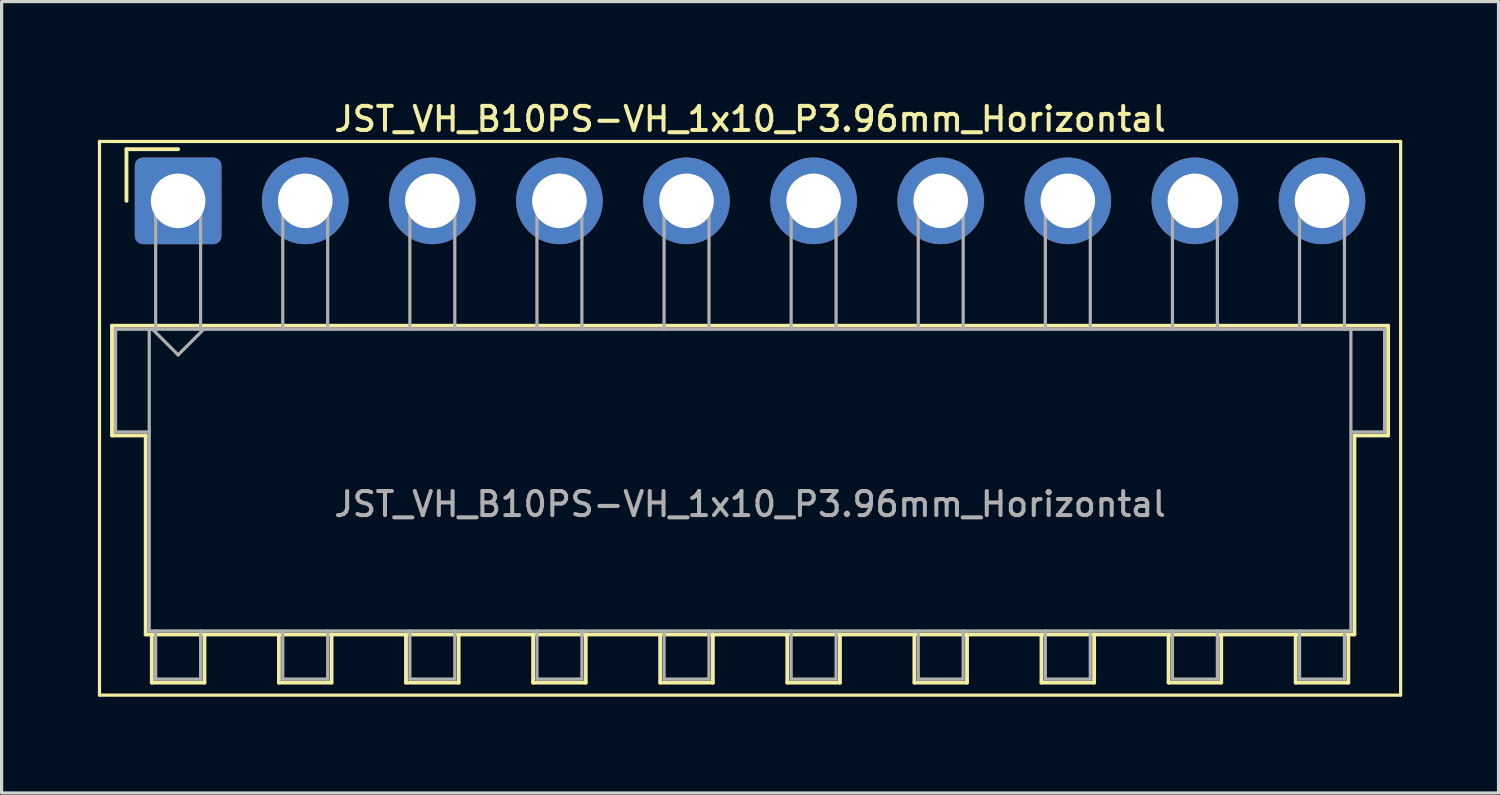
<source format=kicad_pcb>
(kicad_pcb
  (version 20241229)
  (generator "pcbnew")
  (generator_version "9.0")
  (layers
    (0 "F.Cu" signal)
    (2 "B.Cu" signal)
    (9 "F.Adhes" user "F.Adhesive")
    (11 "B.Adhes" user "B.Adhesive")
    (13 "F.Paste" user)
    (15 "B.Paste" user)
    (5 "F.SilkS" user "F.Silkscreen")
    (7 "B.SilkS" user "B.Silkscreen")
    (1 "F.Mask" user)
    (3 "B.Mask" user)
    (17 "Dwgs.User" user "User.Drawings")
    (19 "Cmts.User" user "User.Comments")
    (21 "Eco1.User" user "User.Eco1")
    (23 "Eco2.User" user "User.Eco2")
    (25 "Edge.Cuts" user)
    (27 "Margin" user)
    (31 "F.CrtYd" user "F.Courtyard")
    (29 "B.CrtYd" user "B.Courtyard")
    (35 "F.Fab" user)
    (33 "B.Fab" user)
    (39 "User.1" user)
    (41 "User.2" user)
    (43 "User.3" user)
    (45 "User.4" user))
  (footprint "JST_VH_B10PS-VH_1x10_P3.96mm_Horizontal"
    (layer "F.Cu")
    (at 2.5 3.208)
    (property "Reference" "JST_VH_B10PS-VH_1x10_P3.96mm_Horizontal" (at 17.82 -2.55 0) (layer "F.SilkS") (effects (font (size 0.75 0.75) (thickness 0.125))))
    (attr through_hole)
    (fp_line (start -2.45 -1.85) (end -2.45 15.4) (stroke (width 0.1) (type solid)) (layer "F.SilkS"))
    (fp_line (start -2.45 15.4) (end 38.09 15.4) (stroke (width 0.1) (type solid)) (layer "F.SilkS"))
    (fp_line (start -2.06 3.89) (end 37.7 3.89) (stroke (width 0.12) (type solid)) (layer "F.SilkS"))
    (fp_line (start -2.06 7.31) (end -2.06 3.89) (stroke (width 0.12) (type solid)) (layer "F.SilkS"))
    (fp_line (start -1.61 -1.61) (end -1.61 0) (stroke (width 0.12) (type solid)) (layer "F.SilkS"))
    (fp_line (start -1.01 7.31) (end -2.06 7.31) (stroke (width 0.12) (type solid)) (layer "F.SilkS"))
    (fp_line (start -1.01 13.51) (end -1.01 7.31) (stroke (width 0.12) (type solid)) (layer "F.SilkS"))
    (fp_line (start -0.82 13.51) (end -0.82 15.01) (stroke (width 0.12) (type solid)) (layer "F.SilkS"))
    (fp_line (start -0.82 15.01) (end 0.82 15.01) (stroke (width 0.12) (type solid)) (layer "F.SilkS"))
    (fp_line (start 0 -1.61) (end -1.61 -1.61) (stroke (width 0.12) (type solid)) (layer "F.SilkS"))
    (fp_line (start 0.82 15.01) (end 0.82 13.51) (stroke (width 0.12) (type solid)) (layer "F.SilkS"))
    (fp_line (start 3.14 13.51) (end 3.14 15.01) (stroke (width 0.12) (type solid)) (layer "F.SilkS"))
    (fp_line (start 3.14 15.01) (end 4.78 15.01) (stroke (width 0.12) (type solid)) (layer "F.SilkS"))
    (fp_line (start 4.78 15.01) (end 4.78 13.51) (stroke (width 0.12) (type solid)) (layer "F.SilkS"))
    (fp_line (start 7.1 13.51) (end 7.1 15.01) (stroke (width 0.12) (type solid)) (layer "F.SilkS"))
    (fp_line (start 7.1 15.01) (end 8.74 15.01) (stroke (width 0.12) (type solid)) (layer "F.SilkS"))
    (fp_line (start 8.74 15.01) (end 8.74 13.51) (stroke (width 0.12) (type solid)) (layer "F.SilkS"))
    (fp_line (start 11.06 13.51) (end 11.06 15.01) (stroke (width 0.12) (type solid)) (layer "F.SilkS"))
    (fp_line (start 11.06 15.01) (end 12.7 15.01) (stroke (width 0.12) (type solid)) (layer "F.SilkS"))
    (fp_line (start 12.7 15.01) (end 12.7 13.51) (stroke (width 0.12) (type solid)) (layer "F.SilkS"))
    (fp_line (start 15.02 13.51) (end 15.02 15.01) (stroke (width 0.12) (type solid)) (layer "F.SilkS"))
    (fp_line (start 15.02 15.01) (end 16.66 15.01) (stroke (width 0.12) (type solid)) (layer "F.SilkS"))
    (fp_line (start 16.66 15.01) (end 16.66 13.51) (stroke (width 0.12) (type solid)) (layer "F.SilkS"))
    (fp_line (start 18.98 13.51) (end 18.98 15.01) (stroke (width 0.12) (type solid)) (layer "F.SilkS"))
    (fp_line (start 18.98 15.01) (end 20.62 15.01) (stroke (width 0.12) (type solid)) (layer "F.SilkS"))
    (fp_line (start 20.62 15.01) (end 20.62 13.51) (stroke (width 0.12) (type solid)) (layer "F.SilkS"))
    (fp_line (start 22.94 13.51) (end 22.94 15.01) (stroke (width 0.12) (type solid)) (layer "F.SilkS"))
    (fp_line (start 22.94 15.01) (end 24.58 15.01) (stroke (width 0.12) (type solid)) (layer "F.SilkS"))
    (fp_line (start 24.58 15.01) (end 24.58 13.51) (stroke (width 0.12) (type solid)) (layer "F.SilkS"))
    (fp_line (start 26.9 13.51) (end 26.9 15.01) (stroke (width 0.12) (type solid)) (layer "F.SilkS"))
    (fp_line (start 26.9 15.01) (end 28.54 15.01) (stroke (width 0.12) (type solid)) (layer "F.SilkS"))
    (fp_line (start 28.54 15.01) (end 28.54 13.51) (stroke (width 0.12) (type solid)) (layer "F.SilkS"))
    (fp_line (start 30.86 13.51) (end 30.86 15.01) (stroke (width 0.12) (type solid)) (layer "F.SilkS"))
    (fp_line (start 30.86 15.01) (end 32.5 15.01) (stroke (width 0.12) (type solid)) (layer "F.SilkS"))
    (fp_line (start 32.5 15.01) (end 32.5 13.51) (stroke (width 0.12) (type solid)) (layer "F.SilkS"))
    (fp_line (start 34.82 13.51) (end 34.82 15.01) (stroke (width 0.12) (type solid)) (layer "F.SilkS"))
    (fp_line (start 34.82 15.01) (end 36.46 15.01) (stroke (width 0.12) (type solid)) (layer "F.SilkS"))
    (fp_line (start 36.46 15.01) (end 36.46 13.51) (stroke (width 0.12) (type solid)) (layer "F.SilkS"))
    (fp_line (start 36.65 7.31) (end 36.65 13.51) (stroke (width 0.12) (type solid)) (layer "F.SilkS"))
    (fp_line (start 36.65 13.51) (end -1.01 13.51) (stroke (width 0.12) (type solid)) (layer "F.SilkS"))
    (fp_line (start 37.7 3.89) (end 37.7 7.31) (stroke (width 0.12) (type solid)) (layer "F.SilkS"))
    (fp_line (start 37.7 7.31) (end 36.65 7.31) (stroke (width 0.12) (type solid)) (layer "F.SilkS"))
    (fp_line (start 38.09 -1.85) (end -2.45 -1.85) (stroke (width 0.1) (type solid)) (layer "F.SilkS"))
    (fp_line (start 38.09 15.4) (end 38.09 -1.85) (stroke (width 0.1) (type solid)) (layer "F.SilkS"))
    (fp_line (start -1.95 4) (end -0.9 4) (stroke (width 0.1) (type solid)) (layer "F.Fab"))
    (fp_line (start -1.95 7.2) (end -1.95 4) (stroke (width 0.1) (type solid)) (layer "F.Fab"))
    (fp_line (start -0.9 4) (end -0.9 13.4) (stroke (width 0.1) (type solid)) (layer "F.Fab"))
    (fp_line (start -0.9 7.2) (end -1.95 7.2) (stroke (width 0.1) (type solid)) (layer "F.Fab"))
    (fp_line (start -0.9 13.4) (end 36.54 13.4) (stroke (width 0.1) (type solid)) (layer "F.Fab"))
    (fp_line (start -0.8 4) (end 0 4.8) (stroke (width 0.1) (type solid)) (layer "F.Fab"))
    (fp_line (start -0.7 0) (end 0.7 0) (stroke (width 0.1) (type solid)) (layer "F.Fab"))
    (fp_line (start -0.7 4) (end -0.7 0) (stroke (width 0.1) (type solid)) (layer "F.Fab"))
    (fp_line (start -0.7 13.4) (end -0.7 14.9) (stroke (width 0.1) (type solid)) (layer "F.Fab"))
    (fp_line (start -0.7 14.9) (end 0.7 14.9) (stroke (width 0.1) (type solid)) (layer "F.Fab"))
    (fp_line (start 0 4.8) (end 0.8 4) (stroke (width 0.1) (type solid)) (layer "F.Fab"))
    (fp_line (start 0.7 0) (end 0.7 4) (stroke (width 0.1) (type solid)) (layer "F.Fab"))
    (fp_line (start 0.7 14.9) (end 0.7 13.4) (stroke (width 0.1) (type solid)) (layer "F.Fab"))
    (fp_line (start 3.26 0) (end 4.66 0) (stroke (width 0.1) (type solid)) (layer "F.Fab"))
    (fp_line (start 3.26 4) (end 3.26 0) (stroke (width 0.1) (type solid)) (layer "F.Fab"))
    (fp_line (start 3.26 13.4) (end 3.26 14.9) (stroke (width 0.1) (type solid)) (layer "F.Fab"))
    (fp_line (start 3.26 14.9) (end 4.66 14.9) (stroke (width 0.1) (type solid)) (layer "F.Fab"))
    (fp_line (start 4.66 0) (end 4.66 4) (stroke (width 0.1) (type solid)) (layer "F.Fab"))
    (fp_line (start 4.66 14.9) (end 4.66 13.4) (stroke (width 0.1) (type solid)) (layer "F.Fab"))
    (fp_line (start 7.22 0) (end 8.62 0) (stroke (width 0.1) (type solid)) (layer "F.Fab"))
    (fp_line (start 7.22 4) (end 7.22 0) (stroke (width 0.1) (type solid)) (layer "F.Fab"))
    (fp_line (start 7.22 13.4) (end 7.22 14.9) (stroke (width 0.1) (type solid)) (layer "F.Fab"))
    (fp_line (start 7.22 14.9) (end 8.62 14.9) (stroke (width 0.1) (type solid)) (layer "F.Fab"))
    (fp_line (start 8.62 0) (end 8.62 4) (stroke (width 0.1) (type solid)) (layer "F.Fab"))
    (fp_line (start 8.62 14.9) (end 8.62 13.4) (stroke (width 0.1) (type solid)) (layer "F.Fab"))
    (fp_line (start 11.18 0) (end 12.58 0) (stroke (width 0.1) (type solid)) (layer "F.Fab"))
    (fp_line (start 11.18 4) (end 11.18 0) (stroke (width 0.1) (type solid)) (layer "F.Fab"))
    (fp_line (start 11.18 13.4) (end 11.18 14.9) (stroke (width 0.1) (type solid)) (layer "F.Fab"))
    (fp_line (start 11.18 14.9) (end 12.58 14.9) (stroke (width 0.1) (type solid)) (layer "F.Fab"))
    (fp_line (start 12.58 0) (end 12.58 4) (stroke (width 0.1) (type solid)) (layer "F.Fab"))
    (fp_line (start 12.58 14.9) (end 12.58 13.4) (stroke (width 0.1) (type solid)) (layer "F.Fab"))
    (fp_line (start 15.14 0) (end 16.54 0) (stroke (width 0.1) (type solid)) (layer "F.Fab"))
    (fp_line (start 15.14 4) (end 15.14 0) (stroke (width 0.1) (type solid)) (layer "F.Fab"))
    (fp_line (start 15.14 13.4) (end 15.14 14.9) (stroke (width 0.1) (type solid)) (layer "F.Fab"))
    (fp_line (start 15.14 14.9) (end 16.54 14.9) (stroke (width 0.1) (type solid)) (layer "F.Fab"))
    (fp_line (start 16.54 0) (end 16.54 4) (stroke (width 0.1) (type solid)) (layer "F.Fab"))
    (fp_line (start 16.54 14.9) (end 16.54 13.4) (stroke (width 0.1) (type solid)) (layer "F.Fab"))
    (fp_line (start 19.1 0) (end 20.5 0) (stroke (width 0.1) (type solid)) (layer "F.Fab"))
    (fp_line (start 19.1 4) (end 19.1 0) (stroke (width 0.1) (type solid)) (layer "F.Fab"))
    (fp_line (start 19.1 13.4) (end 19.1 14.9) (stroke (width 0.1) (type solid)) (layer "F.Fab"))
    (fp_line (start 19.1 14.9) (end 20.5 14.9) (stroke (width 0.1) (type solid)) (layer "F.Fab"))
    (fp_line (start 20.5 0) (end 20.5 4) (stroke (width 0.1) (type solid)) (layer "F.Fab"))
    (fp_line (start 20.5 14.9) (end 20.5 13.4) (stroke (width 0.1) (type solid)) (layer "F.Fab"))
    (fp_line (start 23.06 0) (end 24.46 0) (stroke (width 0.1) (type solid)) (layer "F.Fab"))
    (fp_line (start 23.06 4) (end 23.06 0) (stroke (width 0.1) (type solid)) (layer "F.Fab"))
    (fp_line (start 23.06 13.4) (end 23.06 14.9) (stroke (width 0.1) (type solid)) (layer "F.Fab"))
    (fp_line (start 23.06 14.9) (end 24.46 14.9) (stroke (width 0.1) (type solid)) (layer "F.Fab"))
    (fp_line (start 24.46 0) (end 24.46 4) (stroke (width 0.1) (type solid)) (layer "F.Fab"))
    (fp_line (start 24.46 14.9) (end 24.46 13.4) (stroke (width 0.1) (type solid)) (layer "F.Fab"))
    (fp_line (start 27.02 0) (end 28.42 0) (stroke (width 0.1) (type solid)) (layer "F.Fab"))
    (fp_line (start 27.02 4) (end 27.02 0) (stroke (width 0.1) (type solid)) (layer "F.Fab"))
    (fp_line (start 27.02 13.4) (end 27.02 14.9) (stroke (width 0.1) (type solid)) (layer "F.Fab"))
    (fp_line (start 27.02 14.9) (end 28.42 14.9) (stroke (width 0.1) (type solid)) (layer "F.Fab"))
    (fp_line (start 28.42 0) (end 28.42 4) (stroke (width 0.1) (type solid)) (layer "F.Fab"))
    (fp_line (start 28.42 14.9) (end 28.42 13.4) (stroke (width 0.1) (type solid)) (layer "F.Fab"))
    (fp_line (start 30.98 0) (end 32.38 0) (stroke (width 0.1) (type solid)) (layer "F.Fab"))
    (fp_line (start 30.98 4) (end 30.98 0) (stroke (width 0.1) (type solid)) (layer "F.Fab"))
    (fp_line (start 30.98 13.4) (end 30.98 14.9) (stroke (width 0.1) (type solid)) (layer "F.Fab"))
    (fp_line (start 30.98 14.9) (end 32.38 14.9) (stroke (width 0.1) (type solid)) (layer "F.Fab"))
    (fp_line (start 32.38 0) (end 32.38 4) (stroke (width 0.1) (type solid)) (layer "F.Fab"))
    (fp_line (start 32.38 14.9) (end 32.38 13.4) (stroke (width 0.1) (type solid)) (layer "F.Fab"))
    (fp_line (start 34.94 0) (end 36.34 0) (stroke (width 0.1) (type solid)) (layer "F.Fab"))
    (fp_line (start 34.94 4) (end 34.94 0) (stroke (width 0.1) (type solid)) (layer "F.Fab"))
    (fp_line (start 34.94 13.4) (end 34.94 14.9) (stroke (width 0.1) (type solid)) (layer "F.Fab"))
    (fp_line (start 34.94 14.9) (end 36.34 14.9) (stroke (width 0.1) (type solid)) (layer "F.Fab"))
    (fp_line (start 36.34 0) (end 36.34 4) (stroke (width 0.1) (type solid)) (layer "F.Fab"))
    (fp_line (start 36.34 14.9) (end 36.34 13.4) (stroke (width 0.1) (type solid)) (layer "F.Fab"))
    (fp_line (start 36.54 4) (end -0.9 4) (stroke (width 0.1) (type solid)) (layer "F.Fab"))
    (fp_line (start 36.54 4) (end 37.59 4) (stroke (width 0.1) (type solid)) (layer "F.Fab"))
    (fp_line (start 36.54 13.4) (end 36.54 4) (stroke (width 0.1) (type solid)) (layer "F.Fab"))
    (fp_line (start 37.59 4) (end 37.59 7.2) (stroke (width 0.1) (type solid)) (layer "F.Fab"))
    (fp_line (start 37.59 7.2) (end 36.54 7.2) (stroke (width 0.1) (type solid)) (layer "F.Fab"))
    (fp_text user "${REFERENCE}" (at 17.82 9.45 0) (layer "F.Fab") (effects (font (size 0.75 0.75) (thickness 0.125))))
    (pad "1" thru_hole roundrect (at 0 0) (size 2.7 2.7) (drill 1.7) (layers "*.Cu" "*.Mask") (roundrect_rratio 0.093))
    (pad "2" thru_hole circle (at 3.96 0) (size 2.7 2.7) (drill 1.7) (layers "*.Cu" "*.Mask"))
    (pad "3" thru_hole circle (at 7.92 0) (size 2.7 2.7) (drill 1.7) (layers "*.Cu" "*.Mask"))
    (pad "4" thru_hole circle (at 11.88 0) (size 2.7 2.7) (drill 1.7) (layers "*.Cu" "*.Mask"))
    (pad "5" thru_hole circle (at 15.84 0) (size 2.7 2.7) (drill 1.7) (layers "*.Cu" "*.Mask"))
    (pad "6" thru_hole circle (at 19.8 0) (size 2.7 2.7) (drill 1.7) (layers "*.Cu" "*.Mask"))
    (pad "7" thru_hole circle (at 23.76 0) (size 2.7 2.7) (drill 1.7) (layers "*.Cu" "*.Mask"))
    (pad "8" thru_hole circle (at 27.72 0) (size 2.7 2.7) (drill 1.7) (layers "*.Cu" "*.Mask"))
    (pad "9" thru_hole circle (at 31.68 0) (size 2.7 2.7) (drill 1.7) (layers "*.Cu" "*.Mask"))
    (pad "10" thru_hole circle (at 35.64 0) (size 2.7 2.7) (drill 1.7) (layers "*.Cu" "*.Mask")))
  (gr_rect
    (start -3 -3)
    (end 43.64 21.658)
    (stroke (width 0.1) (type default))
    (fill no)
    (layer "Edge.Cuts")))
</source>
